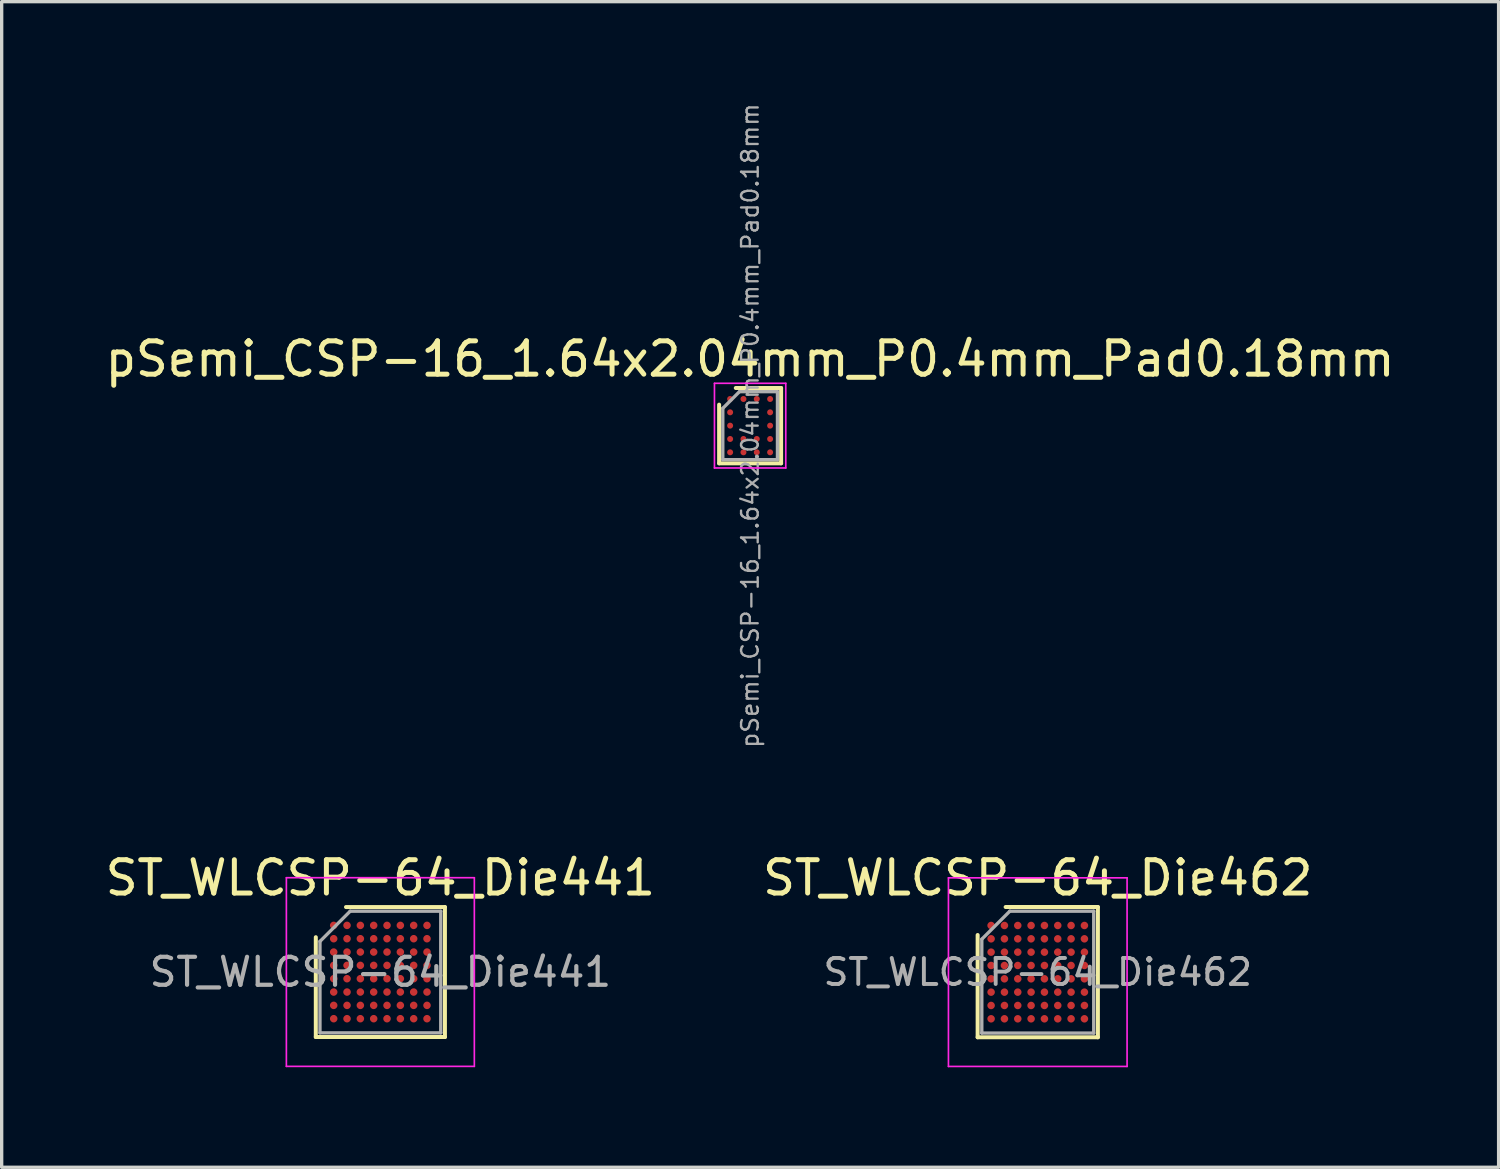
<source format=kicad_pcb>
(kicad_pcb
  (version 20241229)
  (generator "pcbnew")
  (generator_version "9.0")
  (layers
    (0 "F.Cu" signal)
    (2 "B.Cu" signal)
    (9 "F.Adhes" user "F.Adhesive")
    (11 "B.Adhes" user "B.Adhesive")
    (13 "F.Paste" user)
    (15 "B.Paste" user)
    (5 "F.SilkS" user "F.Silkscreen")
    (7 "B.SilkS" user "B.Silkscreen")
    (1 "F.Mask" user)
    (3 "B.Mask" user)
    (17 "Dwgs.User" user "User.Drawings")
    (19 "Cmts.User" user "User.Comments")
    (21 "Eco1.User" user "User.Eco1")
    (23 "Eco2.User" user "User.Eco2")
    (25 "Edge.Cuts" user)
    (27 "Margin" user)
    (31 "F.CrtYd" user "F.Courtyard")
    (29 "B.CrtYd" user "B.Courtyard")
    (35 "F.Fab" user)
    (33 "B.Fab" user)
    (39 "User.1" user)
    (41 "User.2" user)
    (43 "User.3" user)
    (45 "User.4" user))
  (footprint "ST_WLCSP-64_Die441"
    (layer "F.Cu")
    (at 8.363 26.117)
    (property "Reference" "ST_WLCSP-64_Die441" (at 0 -2.825 0) (layer "F.SilkS") (effects (font (size 1 1) (thickness 0.15))))
    (attr smd)
    (fp_line (start -1.937 1.95) (end -1.937 -1.045) (stroke (width 0.12) (type solid)) (layer "F.SilkS"))
    (fp_line (start -1.031 -1.95) (end 1.937 -1.95) (stroke (width 0.12) (type solid)) (layer "F.SilkS"))
    (fp_line (start 1.937 -1.95) (end 1.937 1.95) (stroke (width 0.12) (type solid)) (layer "F.SilkS"))
    (fp_line (start 1.937 1.95) (end -1.937 1.95) (stroke (width 0.12) (type solid)) (layer "F.SilkS"))
    (fp_line (start -2.82 -2.83) (end -2.82 2.83) (stroke (width 0.05) (type solid)) (layer "F.CrtYd"))
    (fp_line (start -2.82 2.83) (end 2.82 2.83) (stroke (width 0.05) (type solid)) (layer "F.CrtYd"))
    (fp_line (start 2.82 -2.83) (end -2.82 -2.83) (stroke (width 0.05) (type solid)) (layer "F.CrtYd"))
    (fp_line (start 2.82 2.83) (end 2.82 -2.83) (stroke (width 0.05) (type solid)) (layer "F.CrtYd"))
    (fp_line (start -1.812 -0.92) (end -0.906 -1.825) (stroke (width 0.1) (type solid)) (layer "F.Fab"))
    (fp_line (start -1.812 1.825) (end -1.812 -0.92) (stroke (width 0.1) (type solid)) (layer "F.Fab"))
    (fp_line (start -0.906 -1.825) (end 1.812 -1.825) (stroke (width 0.1) (type solid)) (layer "F.Fab"))
    (fp_line (start 1.812 -1.825) (end 1.812 1.825) (stroke (width 0.1) (type solid)) (layer "F.Fab"))
    (fp_line (start 1.812 1.825) (end -1.812 1.825) (stroke (width 0.1) (type solid)) (layer "F.Fab"))
    (fp_text user "${REFERENCE}" (at 0 0 0) (layer "F.Fab") (effects (font (size 0.84 0.84) (thickness 0.126))))
    (pad "A1" smd circle (at -1.4 -1.4) (size 0.225 0.225) (layers "F.Cu" "F.Mask" "F.Paste"))
    (pad "A2" smd circle (at -1 -1.4) (size 0.225 0.225) (layers "F.Cu" "F.Mask" "F.Paste"))
    (pad "A3" smd circle (at -0.6 -1.4) (size 0.225 0.225) (layers "F.Cu" "F.Mask" "F.Paste"))
    (pad "A4" smd circle (at -0.2 -1.4) (size 0.225 0.225) (layers "F.Cu" "F.Mask" "F.Paste"))
    (pad "A5" smd circle (at 0.2 -1.4) (size 0.225 0.225) (layers "F.Cu" "F.Mask" "F.Paste"))
    (pad "A6" smd circle (at 0.6 -1.4) (size 0.225 0.225) (layers "F.Cu" "F.Mask" "F.Paste"))
    (pad "A7" smd circle (at 1 -1.4) (size 0.225 0.225) (layers "F.Cu" "F.Mask" "F.Paste"))
    (pad "A8" smd circle (at 1.4 -1.4) (size 0.225 0.225) (layers "F.Cu" "F.Mask" "F.Paste"))
    (pad "B1" smd circle (at -1.4 -1) (size 0.225 0.225) (layers "F.Cu" "F.Mask" "F.Paste"))
    (pad "B2" smd circle (at -1 -1) (size 0.225 0.225) (layers "F.Cu" "F.Mask" "F.Paste"))
    (pad "B3" smd circle (at -0.6 -1) (size 0.225 0.225) (layers "F.Cu" "F.Mask" "F.Paste"))
    (pad "B4" smd circle (at -0.2 -1) (size 0.225 0.225) (layers "F.Cu" "F.Mask" "F.Paste"))
    (pad "B5" smd circle (at 0.2 -1) (size 0.225 0.225) (layers "F.Cu" "F.Mask" "F.Paste"))
    (pad "B6" smd circle (at 0.6 -1) (size 0.225 0.225) (layers "F.Cu" "F.Mask" "F.Paste"))
    (pad "B7" smd circle (at 1 -1) (size 0.225 0.225) (layers "F.Cu" "F.Mask" "F.Paste"))
    (pad "B8" smd circle (at 1.4 -1) (size 0.225 0.225) (layers "F.Cu" "F.Mask" "F.Paste"))
    (pad "C1" smd circle (at -1.4 -0.6) (size 0.225 0.225) (layers "F.Cu" "F.Mask" "F.Paste"))
    (pad "C2" smd circle (at -1 -0.6) (size 0.225 0.225) (layers "F.Cu" "F.Mask" "F.Paste"))
    (pad "C3" smd circle (at -0.6 -0.6) (size 0.225 0.225) (layers "F.Cu" "F.Mask" "F.Paste"))
    (pad "C4" smd circle (at -0.2 -0.6) (size 0.225 0.225) (layers "F.Cu" "F.Mask" "F.Paste"))
    (pad "C5" smd circle (at 0.2 -0.6) (size 0.225 0.225) (layers "F.Cu" "F.Mask" "F.Paste"))
    (pad "C6" smd circle (at 0.6 -0.6) (size 0.225 0.225) (layers "F.Cu" "F.Mask" "F.Paste"))
    (pad "C7" smd circle (at 1 -0.6) (size 0.225 0.225) (layers "F.Cu" "F.Mask" "F.Paste"))
    (pad "C8" smd circle (at 1.4 -0.6) (size 0.225 0.225) (layers "F.Cu" "F.Mask" "F.Paste"))
    (pad "D1" smd circle (at -1.4 -0.2) (size 0.225 0.225) (layers "F.Cu" "F.Mask" "F.Paste"))
    (pad "D2" smd circle (at -1 -0.2) (size 0.225 0.225) (layers "F.Cu" "F.Mask" "F.Paste"))
    (pad "D3" smd circle (at -0.6 -0.2) (size 0.225 0.225) (layers "F.Cu" "F.Mask" "F.Paste"))
    (pad "D4" smd circle (at -0.2 -0.2) (size 0.225 0.225) (layers "F.Cu" "F.Mask" "F.Paste"))
    (pad "D5" smd circle (at 0.2 -0.2) (size 0.225 0.225) (layers "F.Cu" "F.Mask" "F.Paste"))
    (pad "D6" smd circle (at 0.6 -0.2) (size 0.225 0.225) (layers "F.Cu" "F.Mask" "F.Paste"))
    (pad "D7" smd circle (at 1 -0.2) (size 0.225 0.225) (layers "F.Cu" "F.Mask" "F.Paste"))
    (pad "D8" smd circle (at 1.4 -0.2) (size 0.225 0.225) (layers "F.Cu" "F.Mask" "F.Paste"))
    (pad "E1" smd circle (at -1.4 0.2) (size 0.225 0.225) (layers "F.Cu" "F.Mask" "F.Paste"))
    (pad "E2" smd circle (at -1 0.2) (size 0.225 0.225) (layers "F.Cu" "F.Mask" "F.Paste"))
    (pad "E3" smd circle (at -0.6 0.2) (size 0.225 0.225) (layers "F.Cu" "F.Mask" "F.Paste"))
    (pad "E4" smd circle (at -0.2 0.2) (size 0.225 0.225) (layers "F.Cu" "F.Mask" "F.Paste"))
    (pad "E5" smd circle (at 0.2 0.2) (size 0.225 0.225) (layers "F.Cu" "F.Mask" "F.Paste"))
    (pad "E6" smd circle (at 0.6 0.2) (size 0.225 0.225) (layers "F.Cu" "F.Mask" "F.Paste"))
    (pad "E7" smd circle (at 1 0.2) (size 0.225 0.225) (layers "F.Cu" "F.Mask" "F.Paste"))
    (pad "E8" smd circle (at 1.4 0.2) (size 0.225 0.225) (layers "F.Cu" "F.Mask" "F.Paste"))
    (pad "F1" smd circle (at -1.4 0.6) (size 0.225 0.225) (layers "F.Cu" "F.Mask" "F.Paste"))
    (pad "F2" smd circle (at -1 0.6) (size 0.225 0.225) (layers "F.Cu" "F.Mask" "F.Paste"))
    (pad "F3" smd circle (at -0.6 0.6) (size 0.225 0.225) (layers "F.Cu" "F.Mask" "F.Paste"))
    (pad "F4" smd circle (at -0.2 0.6) (size 0.225 0.225) (layers "F.Cu" "F.Mask" "F.Paste"))
    (pad "F5" smd circle (at 0.2 0.6) (size 0.225 0.225) (layers "F.Cu" "F.Mask" "F.Paste"))
    (pad "F6" smd circle (at 0.6 0.6) (size 0.225 0.225) (layers "F.Cu" "F.Mask" "F.Paste"))
    (pad "F7" smd circle (at 1 0.6) (size 0.225 0.225) (layers "F.Cu" "F.Mask" "F.Paste"))
    (pad "F8" smd circle (at 1.4 0.6) (size 0.225 0.225) (layers "F.Cu" "F.Mask" "F.Paste"))
    (pad "G1" smd circle (at -1.4 1) (size 0.225 0.225) (layers "F.Cu" "F.Mask" "F.Paste"))
    (pad "G2" smd circle (at -1 1) (size 0.225 0.225) (layers "F.Cu" "F.Mask" "F.Paste"))
    (pad "G3" smd circle (at -0.6 1) (size 0.225 0.225) (layers "F.Cu" "F.Mask" "F.Paste"))
    (pad "G4" smd circle (at -0.2 1) (size 0.225 0.225) (layers "F.Cu" "F.Mask" "F.Paste"))
    (pad "G5" smd circle (at 0.2 1) (size 0.225 0.225) (layers "F.Cu" "F.Mask" "F.Paste"))
    (pad "G6" smd circle (at 0.6 1) (size 0.225 0.225) (layers "F.Cu" "F.Mask" "F.Paste"))
    (pad "G7" smd circle (at 1 1) (size 0.225 0.225) (layers "F.Cu" "F.Mask" "F.Paste"))
    (pad "G8" smd circle (at 1.4 1) (size 0.225 0.225) (layers "F.Cu" "F.Mask" "F.Paste"))
    (pad "H1" smd circle (at -1.4 1.4) (size 0.225 0.225) (layers "F.Cu" "F.Mask" "F.Paste"))
    (pad "H2" smd circle (at -1 1.4) (size 0.225 0.225) (layers "F.Cu" "F.Mask" "F.Paste"))
    (pad "H3" smd circle (at -0.6 1.4) (size 0.225 0.225) (layers "F.Cu" "F.Mask" "F.Paste"))
    (pad "H4" smd circle (at -0.2 1.4) (size 0.225 0.225) (layers "F.Cu" "F.Mask" "F.Paste"))
    (pad "H5" smd circle (at 0.2 1.4) (size 0.225 0.225) (layers "F.Cu" "F.Mask" "F.Paste"))
    (pad "H6" smd circle (at 0.6 1.4) (size 0.225 0.225) (layers "F.Cu" "F.Mask" "F.Paste"))
    (pad "H7" smd circle (at 1 1.4) (size 0.225 0.225) (layers "F.Cu" "F.Mask" "F.Paste"))
    (pad "H8" smd circle (at 1.4 1.4) (size 0.225 0.225) (layers "F.Cu" "F.Mask" "F.Paste")))
  (footprint "pSemi_CSP-16_1.64x2.04mm_P0.4mm_Pad0.18mm"
    (layer "F.Cu")
    (at 19.458 9.722)
    (property "Reference" "pSemi_CSP-16_1.64x2.04mm_P0.4mm_Pad0.18mm" (at 0 -2 0) (layer "F.SilkS") (effects (font (size 1 1) (thickness 0.15))))
    (attr smd)
    (fp_line (start -0.93 -0.63) (end -0.93 1.13) (stroke (width 0.12) (type solid)) (layer "F.SilkS"))
    (fp_line (start 0.93 -1.13) (end -0.43 -1.13) (stroke (width 0.12) (type solid)) (layer "F.SilkS"))
    (fp_line (start 0.93 -1.13) (end 0.93 1.13) (stroke (width 0.12) (type solid)) (layer "F.SilkS"))
    (fp_line (start 0.93 1.13) (end -0.93 1.13) (stroke (width 0.12) (type solid)) (layer "F.SilkS"))
    (fp_line (start -1.07 -1.27) (end -1.07 1.27) (stroke (width 0.05) (type solid)) (layer "F.CrtYd"))
    (fp_line (start 1.07 -1.27) (end -1.07 -1.27) (stroke (width 0.05) (type solid)) (layer "F.CrtYd"))
    (fp_line (start 1.07 -1.27) (end 1.07 1.27) (stroke (width 0.05) (type solid)) (layer "F.CrtYd"))
    (fp_line (start 1.07 1.27) (end -1.07 1.27) (stroke (width 0.05) (type solid)) (layer "F.CrtYd"))
    (fp_line (start -0.82 1.02) (end -0.82 -0.52) (stroke (width 0.1) (type solid)) (layer "F.Fab"))
    (fp_line (start -0.32 -1.02) (end -0.82 -0.52) (stroke (width 0.1) (type solid)) (layer "F.Fab"))
    (fp_line (start -0.32 -1.02) (end 0.82 -1.02) (stroke (width 0.1) (type solid)) (layer "F.Fab"))
    (fp_line (start 0.82 -1.02) (end 0.82 1.02) (stroke (width 0.1) (type solid)) (layer "F.Fab"))
    (fp_line (start 0.82 1.02) (end -0.82 1.02) (stroke (width 0.1) (type solid)) (layer "F.Fab"))
    (fp_text user "${REFERENCE}" (at 0 0 90) (layer "F.Fab") (effects (font (size 0.5 0.5) (thickness 0.07))))
    (pad "1" smd circle (at -0.6 -0.8) (size 0.18 0.18) (layers "F.Cu" "F.Mask" "F.Paste"))
    (pad "2" smd circle (at -0.6 -0.4) (size 0.18 0.18) (layers "F.Cu" "F.Mask" "F.Paste"))
    (pad "3" smd circle (at -0.6 0) (size 0.18 0.18) (layers "F.Cu" "F.Mask" "F.Paste"))
    (pad "4" smd circle (at -0.6 0.4) (size 0.18 0.18) (layers "F.Cu" "F.Mask" "F.Paste"))
    (pad "5" smd circle (at -0.6 0.8) (size 0.18 0.18) (layers "F.Cu" "F.Mask" "F.Paste"))
    (pad "6" smd circle (at -0.2 -0.8) (size 0.18 0.18) (layers "F.Cu" "F.Mask" "F.Paste"))
    (pad "7" smd circle (at -0.2 0.4) (size 0.18 0.18) (layers "F.Cu" "F.Mask" "F.Paste"))
    (pad "8" smd circle (at -0.2 0.8) (size 0.18 0.18) (layers "F.Cu" "F.Mask" "F.Paste"))
    (pad "9" smd circle (at 0.2 -0.8) (size 0.18 0.18) (layers "F.Cu" "F.Mask" "F.Paste"))
    (pad "10" smd circle (at 0.2 0.4) (size 0.18 0.18) (layers "F.Cu" "F.Mask" "F.Paste"))
    (pad "11" smd circle (at 0.2 0.8) (size 0.18 0.18) (layers "F.Cu" "F.Mask" "F.Paste"))
    (pad "12" smd circle (at 0.6 -0.8) (size 0.18 0.18) (layers "F.Cu" "F.Mask" "F.Paste"))
    (pad "13" smd circle (at 0.6 -0.4) (size 0.18 0.18) (layers "F.Cu" "F.Mask" "F.Paste"))
    (pad "14" smd circle (at 0.6 0) (size 0.18 0.18) (layers "F.Cu" "F.Mask" "F.Paste"))
    (pad "15" smd circle (at 0.6 0.4) (size 0.18 0.18) (layers "F.Cu" "F.Mask" "F.Paste"))
    (pad "16" smd circle (at 0.6 0.8) (size 0.18 0.18) (layers "F.Cu" "F.Mask" "F.Paste")))
  (footprint "ST_WLCSP-64_Die462"
    (layer "F.Cu")
    (at 28.089 26.12)
    (property "Reference" "ST_WLCSP-64_Die462" (at 0 -2.829 0) (layer "F.SilkS") (effects (font (size 1 1) (thickness 0.15))))
    (attr smd)
    (fp_line (start -1.804 1.954) (end -1.804 -1.114) (stroke (width 0.12) (type solid)) (layer "F.SilkS"))
    (fp_line (start -0.964 -1.954) (end 1.804 -1.954) (stroke (width 0.12) (type solid)) (layer "F.SilkS"))
    (fp_line (start 1.804 -1.954) (end 1.804 1.954) (stroke (width 0.12) (type solid)) (layer "F.SilkS"))
    (fp_line (start 1.804 1.954) (end -1.804 1.954) (stroke (width 0.12) (type solid)) (layer "F.SilkS"))
    (fp_line (start -2.68 -2.83) (end -2.68 2.83) (stroke (width 0.05) (type solid)) (layer "F.CrtYd"))
    (fp_line (start -2.68 2.83) (end 2.68 2.83) (stroke (width 0.05) (type solid)) (layer "F.CrtYd"))
    (fp_line (start 2.68 -2.83) (end -2.68 -2.83) (stroke (width 0.05) (type solid)) (layer "F.CrtYd"))
    (fp_line (start 2.68 2.83) (end 2.68 -2.83) (stroke (width 0.05) (type solid)) (layer "F.CrtYd"))
    (fp_line (start -1.679 -0.989) (end -0.839 -1.829) (stroke (width 0.1) (type solid)) (layer "F.Fab"))
    (fp_line (start -1.679 1.829) (end -1.679 -0.989) (stroke (width 0.1) (type solid)) (layer "F.Fab"))
    (fp_line (start -0.839 -1.829) (end 1.679 -1.829) (stroke (width 0.1) (type solid)) (layer "F.Fab"))
    (fp_line (start 1.679 -1.829) (end 1.679 1.829) (stroke (width 0.1) (type solid)) (layer "F.Fab"))
    (fp_line (start 1.679 1.829) (end -1.679 1.829) (stroke (width 0.1) (type solid)) (layer "F.Fab"))
    (fp_text user "${REFERENCE}" (at 0 0 0) (layer "F.Fab") (effects (font (size 0.78 0.78) (thickness 0.117))))
    (pad "A1" smd circle (at -1.4 -1.4) (size 0.225 0.225) (layers "F.Cu" "F.Mask" "F.Paste"))
    (pad "A2" smd circle (at -1 -1.4) (size 0.225 0.225) (layers "F.Cu" "F.Mask" "F.Paste"))
    (pad "A3" smd circle (at -0.6 -1.4) (size 0.225 0.225) (layers "F.Cu" "F.Mask" "F.Paste"))
    (pad "A4" smd circle (at -0.2 -1.4) (size 0.225 0.225) (layers "F.Cu" "F.Mask" "F.Paste"))
    (pad "A5" smd circle (at 0.2 -1.4) (size 0.225 0.225) (layers "F.Cu" "F.Mask" "F.Paste"))
    (pad "A6" smd circle (at 0.6 -1.4) (size 0.225 0.225) (layers "F.Cu" "F.Mask" "F.Paste"))
    (pad "A7" smd circle (at 1 -1.4) (size 0.225 0.225) (layers "F.Cu" "F.Mask" "F.Paste"))
    (pad "A8" smd circle (at 1.4 -1.4) (size 0.225 0.225) (layers "F.Cu" "F.Mask" "F.Paste"))
    (pad "B1" smd circle (at -1.4 -1) (size 0.225 0.225) (layers "F.Cu" "F.Mask" "F.Paste"))
    (pad "B2" smd circle (at -1 -1) (size 0.225 0.225) (layers "F.Cu" "F.Mask" "F.Paste"))
    (pad "B3" smd circle (at -0.6 -1) (size 0.225 0.225) (layers "F.Cu" "F.Mask" "F.Paste"))
    (pad "B4" smd circle (at -0.2 -1) (size 0.225 0.225) (layers "F.Cu" "F.Mask" "F.Paste"))
    (pad "B5" smd circle (at 0.2 -1) (size 0.225 0.225) (layers "F.Cu" "F.Mask" "F.Paste"))
    (pad "B6" smd circle (at 0.6 -1) (size 0.225 0.225) (layers "F.Cu" "F.Mask" "F.Paste"))
    (pad "B7" smd circle (at 1 -1) (size 0.225 0.225) (layers "F.Cu" "F.Mask" "F.Paste"))
    (pad "B8" smd circle (at 1.4 -1) (size 0.225 0.225) (layers "F.Cu" "F.Mask" "F.Paste"))
    (pad "C1" smd circle (at -1.4 -0.6) (size 0.225 0.225) (layers "F.Cu" "F.Mask" "F.Paste"))
    (pad "C2" smd circle (at -1 -0.6) (size 0.225 0.225) (layers "F.Cu" "F.Mask" "F.Paste"))
    (pad "C3" smd circle (at -0.6 -0.6) (size 0.225 0.225) (layers "F.Cu" "F.Mask" "F.Paste"))
    (pad "C4" smd circle (at -0.2 -0.6) (size 0.225 0.225) (layers "F.Cu" "F.Mask" "F.Paste"))
    (pad "C5" smd circle (at 0.2 -0.6) (size 0.225 0.225) (layers "F.Cu" "F.Mask" "F.Paste"))
    (pad "C6" smd circle (at 0.6 -0.6) (size 0.225 0.225) (layers "F.Cu" "F.Mask" "F.Paste"))
    (pad "C7" smd circle (at 1 -0.6) (size 0.225 0.225) (layers "F.Cu" "F.Mask" "F.Paste"))
    (pad "C8" smd circle (at 1.4 -0.6) (size 0.225 0.225) (layers "F.Cu" "F.Mask" "F.Paste"))
    (pad "D1" smd circle (at -1.4 -0.2) (size 0.225 0.225) (layers "F.Cu" "F.Mask" "F.Paste"))
    (pad "D2" smd circle (at -1 -0.2) (size 0.225 0.225) (layers "F.Cu" "F.Mask" "F.Paste"))
    (pad "D3" smd circle (at -0.6 -0.2) (size 0.225 0.225) (layers "F.Cu" "F.Mask" "F.Paste"))
    (pad "D4" smd circle (at -0.2 -0.2) (size 0.225 0.225) (layers "F.Cu" "F.Mask" "F.Paste"))
    (pad "D5" smd circle (at 0.2 -0.2) (size 0.225 0.225) (layers "F.Cu" "F.Mask" "F.Paste"))
    (pad "D6" smd circle (at 0.6 -0.2) (size 0.225 0.225) (layers "F.Cu" "F.Mask" "F.Paste"))
    (pad "D7" smd circle (at 1 -0.2) (size 0.225 0.225) (layers "F.Cu" "F.Mask" "F.Paste"))
    (pad "D8" smd circle (at 1.4 -0.2) (size 0.225 0.225) (layers "F.Cu" "F.Mask" "F.Paste"))
    (pad "E1" smd circle (at -1.4 0.2) (size 0.225 0.225) (layers "F.Cu" "F.Mask" "F.Paste"))
    (pad "E2" smd circle (at -1 0.2) (size 0.225 0.225) (layers "F.Cu" "F.Mask" "F.Paste"))
    (pad "E3" smd circle (at -0.6 0.2) (size 0.225 0.225) (layers "F.Cu" "F.Mask" "F.Paste"))
    (pad "E4" smd circle (at -0.2 0.2) (size 0.225 0.225) (layers "F.Cu" "F.Mask" "F.Paste"))
    (pad "E5" smd circle (at 0.2 0.2) (size 0.225 0.225) (layers "F.Cu" "F.Mask" "F.Paste"))
    (pad "E6" smd circle (at 0.6 0.2) (size 0.225 0.225) (layers "F.Cu" "F.Mask" "F.Paste"))
    (pad "E7" smd circle (at 1 0.2) (size 0.225 0.225) (layers "F.Cu" "F.Mask" "F.Paste"))
    (pad "E8" smd circle (at 1.4 0.2) (size 0.225 0.225) (layers "F.Cu" "F.Mask" "F.Paste"))
    (pad "F1" smd circle (at -1.4 0.6) (size 0.225 0.225) (layers "F.Cu" "F.Mask" "F.Paste"))
    (pad "F2" smd circle (at -1 0.6) (size 0.225 0.225) (layers "F.Cu" "F.Mask" "F.Paste"))
    (pad "F3" smd circle (at -0.6 0.6) (size 0.225 0.225) (layers "F.Cu" "F.Mask" "F.Paste"))
    (pad "F4" smd circle (at -0.2 0.6) (size 0.225 0.225) (layers "F.Cu" "F.Mask" "F.Paste"))
    (pad "F5" smd circle (at 0.2 0.6) (size 0.225 0.225) (layers "F.Cu" "F.Mask" "F.Paste"))
    (pad "F6" smd circle (at 0.6 0.6) (size 0.225 0.225) (layers "F.Cu" "F.Mask" "F.Paste"))
    (pad "F7" smd circle (at 1 0.6) (size 0.225 0.225) (layers "F.Cu" "F.Mask" "F.Paste"))
    (pad "F8" smd circle (at 1.4 0.6) (size 0.225 0.225) (layers "F.Cu" "F.Mask" "F.Paste"))
    (pad "G1" smd circle (at -1.4 1) (size 0.225 0.225) (layers "F.Cu" "F.Mask" "F.Paste"))
    (pad "G2" smd circle (at -1 1) (size 0.225 0.225) (layers "F.Cu" "F.Mask" "F.Paste"))
    (pad "G3" smd circle (at -0.6 1) (size 0.225 0.225) (layers "F.Cu" "F.Mask" "F.Paste"))
    (pad "G4" smd circle (at -0.2 1) (size 0.225 0.225) (layers "F.Cu" "F.Mask" "F.Paste"))
    (pad "G5" smd circle (at 0.2 1) (size 0.225 0.225) (layers "F.Cu" "F.Mask" "F.Paste"))
    (pad "G6" smd circle (at 0.6 1) (size 0.225 0.225) (layers "F.Cu" "F.Mask" "F.Paste"))
    (pad "G7" smd circle (at 1 1) (size 0.225 0.225) (layers "F.Cu" "F.Mask" "F.Paste"))
    (pad "G8" smd circle (at 1.4 1) (size 0.225 0.225) (layers "F.Cu" "F.Mask" "F.Paste"))
    (pad "H1" smd circle (at -1.4 1.4) (size 0.225 0.225) (layers "F.Cu" "F.Mask" "F.Paste"))
    (pad "H2" smd circle (at -1 1.4) (size 0.225 0.225) (layers "F.Cu" "F.Mask" "F.Paste"))
    (pad "H3" smd circle (at -0.6 1.4) (size 0.225 0.225) (layers "F.Cu" "F.Mask" "F.Paste"))
    (pad "H4" smd circle (at -0.2 1.4) (size 0.225 0.225) (layers "F.Cu" "F.Mask" "F.Paste"))
    (pad "H5" smd circle (at 0.2 1.4) (size 0.225 0.225) (layers "F.Cu" "F.Mask" "F.Paste"))
    (pad "H6" smd circle (at 0.6 1.4) (size 0.225 0.225) (layers "F.Cu" "F.Mask" "F.Paste"))
    (pad "H7" smd circle (at 1 1.4) (size 0.225 0.225) (layers "F.Cu" "F.Mask" "F.Paste"))
    (pad "H8" smd circle (at 1.4 1.4) (size 0.225 0.225) (layers "F.Cu" "F.Mask" "F.Paste")))
  (gr_rect
    (start -3 -3)
    (end 41.917 31.975)
    (stroke (width 0.1) (type default))
    (fill no)
    (layer "Edge.Cuts")))
</source>
